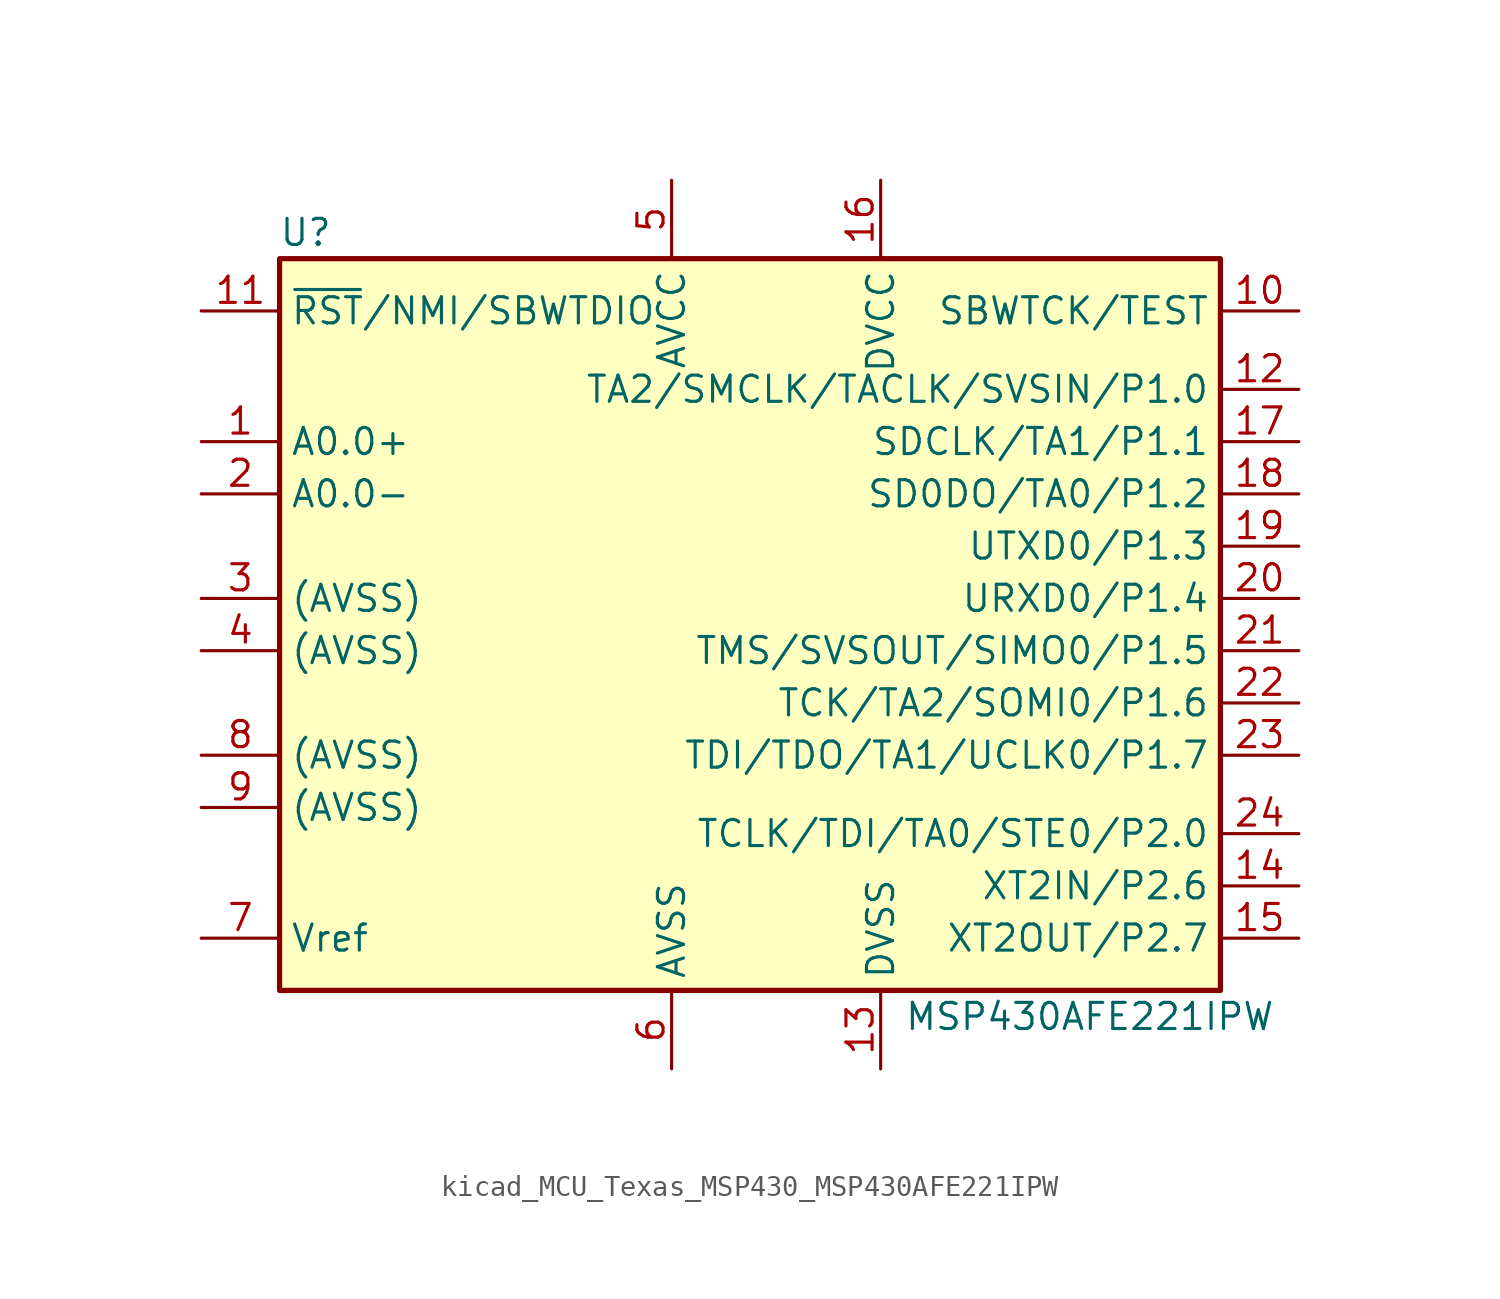
<source format=kicad_sym>
(kicad_symbol_lib
  (version 20220914)
  (generator kicad_symbol_editor)
  (symbol "kicad_MCU_Texas_MSP430_MSP430AFE221IPW"
    (property "Reference" "U"
      (at -22.86 19.05 0)
      (effects (font (size 1.27 1.27))))
    (property "Value" "MSP430AFE221IPW"
      (at 15.24 -19.05 0)
      (effects (font (size 1.27 1.27))))
    (symbol "kicad_MCU_Texas_MSP430_MSP430AFE221IPW_0_1"
      (rectangle (start -24.13 17.78) (end 21.59 -17.78) (stroke (width 0.254) (type default)) (fill (type background))))
    (symbol "kicad_MCU_Texas_MSP430_MSP430AFE221IPW_1_1"
      (pin passive line (at -27.94 8.89 0) (length 3.81) (name "A0.0+" (effects (font (size 1.27 1.27)))) (number "1" (effects (font (size 1.27 1.27)))))
      (pin input line (at 25.4 15.24 180) (length 3.81) (name "SBWTCK/TEST" (effects (font (size 1.27 1.27)))) (number "10" (effects (font (size 1.27 1.27)))))
      (pin input line (at -27.94 15.24 0) (length 3.81) (name "~{RST}/NMI/SBWTDIO" (effects (font (size 1.27 1.27)))) (number "11" (effects (font (size 1.27 1.27)))))
      (pin bidirectional line (at 25.4 11.43 180) (length 3.81) (name "TA2/SMCLK/TACLK/SVSIN/P1.0" (effects (font (size 1.27 1.27)))) (number "12" (effects (font (size 1.27 1.27)))))
      (pin power_in line (at 5.08 -21.59 90) (length 3.81) (name "DVSS" (effects (font (size 1.27 1.27)))) (number "13" (effects (font (size 1.27 1.27)))))
      (pin bidirectional line (at 25.4 -12.7 180) (length 3.81) (name "XT2IN/P2.6" (effects (font (size 1.27 1.27)))) (number "14" (effects (font (size 1.27 1.27)))))
      (pin bidirectional line (at 25.4 -15.24 180) (length 3.81) (name "XT2OUT/P2.7" (effects (font (size 1.27 1.27)))) (number "15" (effects (font (size 1.27 1.27)))))
      (pin power_in line (at 5.08 21.59 270) (length 3.81) (name "DVCC" (effects (font (size 1.27 1.27)))) (number "16" (effects (font (size 1.27 1.27)))))
      (pin bidirectional line (at 25.4 8.89 180) (length 3.81) (name "SDCLK/TA1/P1.1" (effects (font (size 1.27 1.27)))) (number "17" (effects (font (size 1.27 1.27)))))
      (pin bidirectional line (at 25.4 6.35 180) (length 3.81) (name "SD0DO/TA0/P1.2" (effects (font (size 1.27 1.27)))) (number "18" (effects (font (size 1.27 1.27)))))
      (pin bidirectional line (at 25.4 3.81 180) (length 3.81) (name "UTXD0/P1.3" (effects (font (size 1.27 1.27)))) (number "19" (effects (font (size 1.27 1.27)))))
      (pin passive line (at -27.94 6.35 0) (length 3.81) (name "A0.0-" (effects (font (size 1.27 1.27)))) (number "2" (effects (font (size 1.27 1.27)))))
      (pin bidirectional line (at 25.4 1.27 180) (length 3.81) (name "URXD0/P1.4" (effects (font (size 1.27 1.27)))) (number "20" (effects (font (size 1.27 1.27)))))
      (pin bidirectional line (at 25.4 -1.27 180) (length 3.81) (name "TMS/SVSOUT/SIMO0/P1.5" (effects (font (size 1.27 1.27)))) (number "21" (effects (font (size 1.27 1.27)))))
      (pin bidirectional line (at 25.4 -3.81 180) (length 3.81) (name "TCK/TA2/SOMI0/P1.6" (effects (font (size 1.27 1.27)))) (number "22" (effects (font (size 1.27 1.27)))))
      (pin bidirectional line (at 25.4 -6.35 180) (length 3.81) (name "TDI/TDO/TA1/UCLK0/P1.7" (effects (font (size 1.27 1.27)))) (number "23" (effects (font (size 1.27 1.27)))))
      (pin bidirectional line (at 25.4 -10.16 180) (length 3.81) (name "TCLK/TDI/TA0/STE0/P2.0" (effects (font (size 1.27 1.27)))) (number "24" (effects (font (size 1.27 1.27)))))
      (pin passive line (at -27.94 1.27 0) (length 3.81) (name "(AVSS)" (effects (font (size 1.27 1.27)))) (number "3" (effects (font (size 1.27 1.27)))))
      (pin passive line (at -27.94 -1.27 0) (length 3.81) (name "(AVSS)" (effects (font (size 1.27 1.27)))) (number "4" (effects (font (size 1.27 1.27)))))
      (pin power_in line (at -5.08 21.59 270) (length 3.81) (name "AVCC" (effects (font (size 1.27 1.27)))) (number "5" (effects (font (size 1.27 1.27)))))
      (pin power_in line (at -5.08 -21.59 90) (length 3.81) (name "AVSS" (effects (font (size 1.27 1.27)))) (number "6" (effects (font (size 1.27 1.27)))))
      (pin passive line (at -27.94 -15.24 0) (length 3.81) (name "Vref" (effects (font (size 1.27 1.27)))) (number "7" (effects (font (size 1.27 1.27)))))
      (pin passive line (at -27.94 -6.35 0) (length 3.81) (name "(AVSS)" (effects (font (size 1.27 1.27)))) (number "8" (effects (font (size 1.27 1.27)))))
      (pin passive line (at -27.94 -8.89 0) (length 3.81) (name "(AVSS)" (effects (font (size 1.27 1.27)))) (number "9" (effects (font (size 1.27 1.27))))))))
</source>
